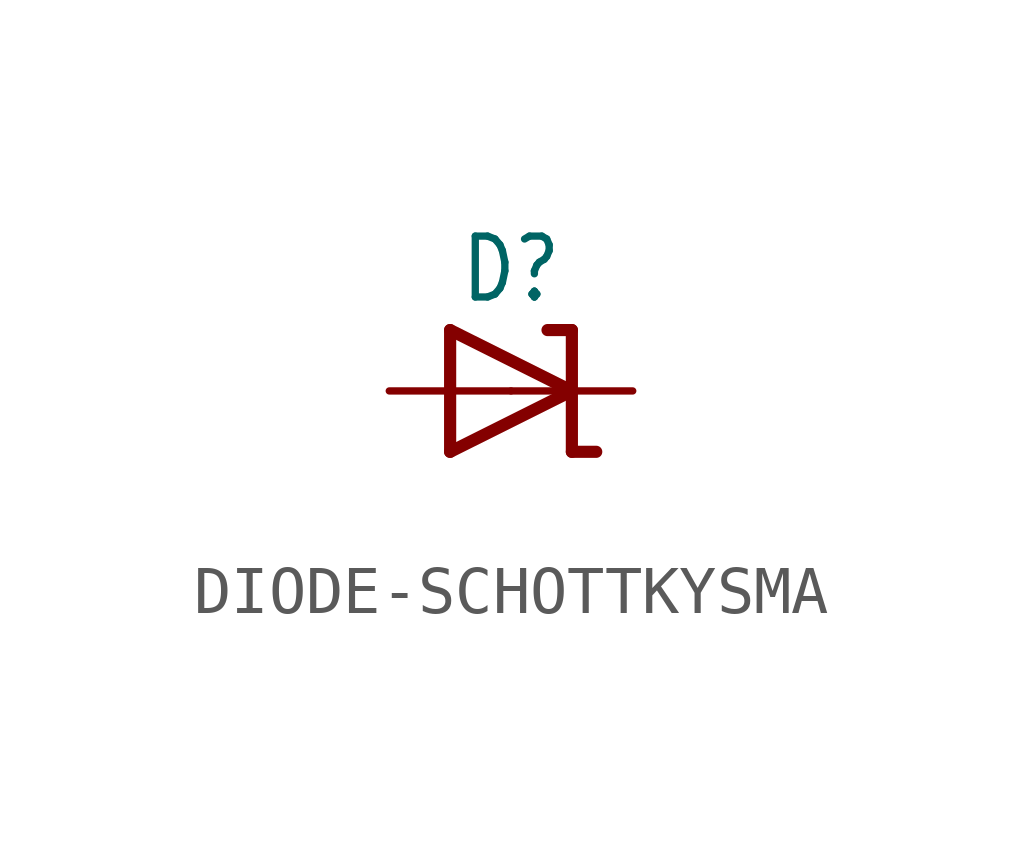
<source format=kicad_sym>
(kicad_symbol_lib
  (version 20231120)
  (generator "kicad_symbol_editor")
  (generator_version "8.0")
  (symbol "DIODE-SCHOTTKYSMA"
    (property "Reference" "D"
      (at 0 2.54 0)
      (effects (font (size 1.27 1.079))))
    (property "Value" ""
      (at 0 -2.5 0)
      (effects (font (size 1.27 1.079))))
    (property "ki_locked" ""
      (at 0 0 0)
      (effects (font (size 1.27 1.27))))
    (symbol "DIODE-SCHOTTKYSMA_1_0"
      (polyline (pts (xy -1.27 -1.27) (xy 1.27 0)) (stroke (width 0.254) (type solid)) (fill (type none)))
      (polyline (pts (xy -1.27 1.27) (xy -1.27 -1.27)) (stroke (width 0.254) (type solid)) (fill (type none)))
      (polyline (pts (xy 1.27 -1.27) (xy 1.778 -1.27)) (stroke (width 0.254) (type solid)) (fill (type none)))
      (polyline (pts (xy 1.27 0) (xy -1.27 1.27)) (stroke (width 0.254) (type solid)) (fill (type none)))
      (polyline (pts (xy 1.27 0) (xy 1.27 -1.27)) (stroke (width 0.254) (type solid)) (fill (type none)))
      (polyline (pts (xy 1.27 1.27) (xy 0.762 1.27)) (stroke (width 0.254) (type solid)) (fill (type none)))
      (polyline (pts (xy 1.27 1.27) (xy 1.27 0)) (stroke (width 0.254) (type solid)) (fill (type none)))
      (pin passive line (at -2.54 0 0) (length 2.54) (name "A" (effects (font (size 0 0)))) (number "A" (effects (font (size 0 0)))))
      (pin passive line (at 2.54 0 180) (length 2.54) (name "C" (effects (font (size 0 0)))) (number "C" (effects (font (size 0 0))))))))
</source>
